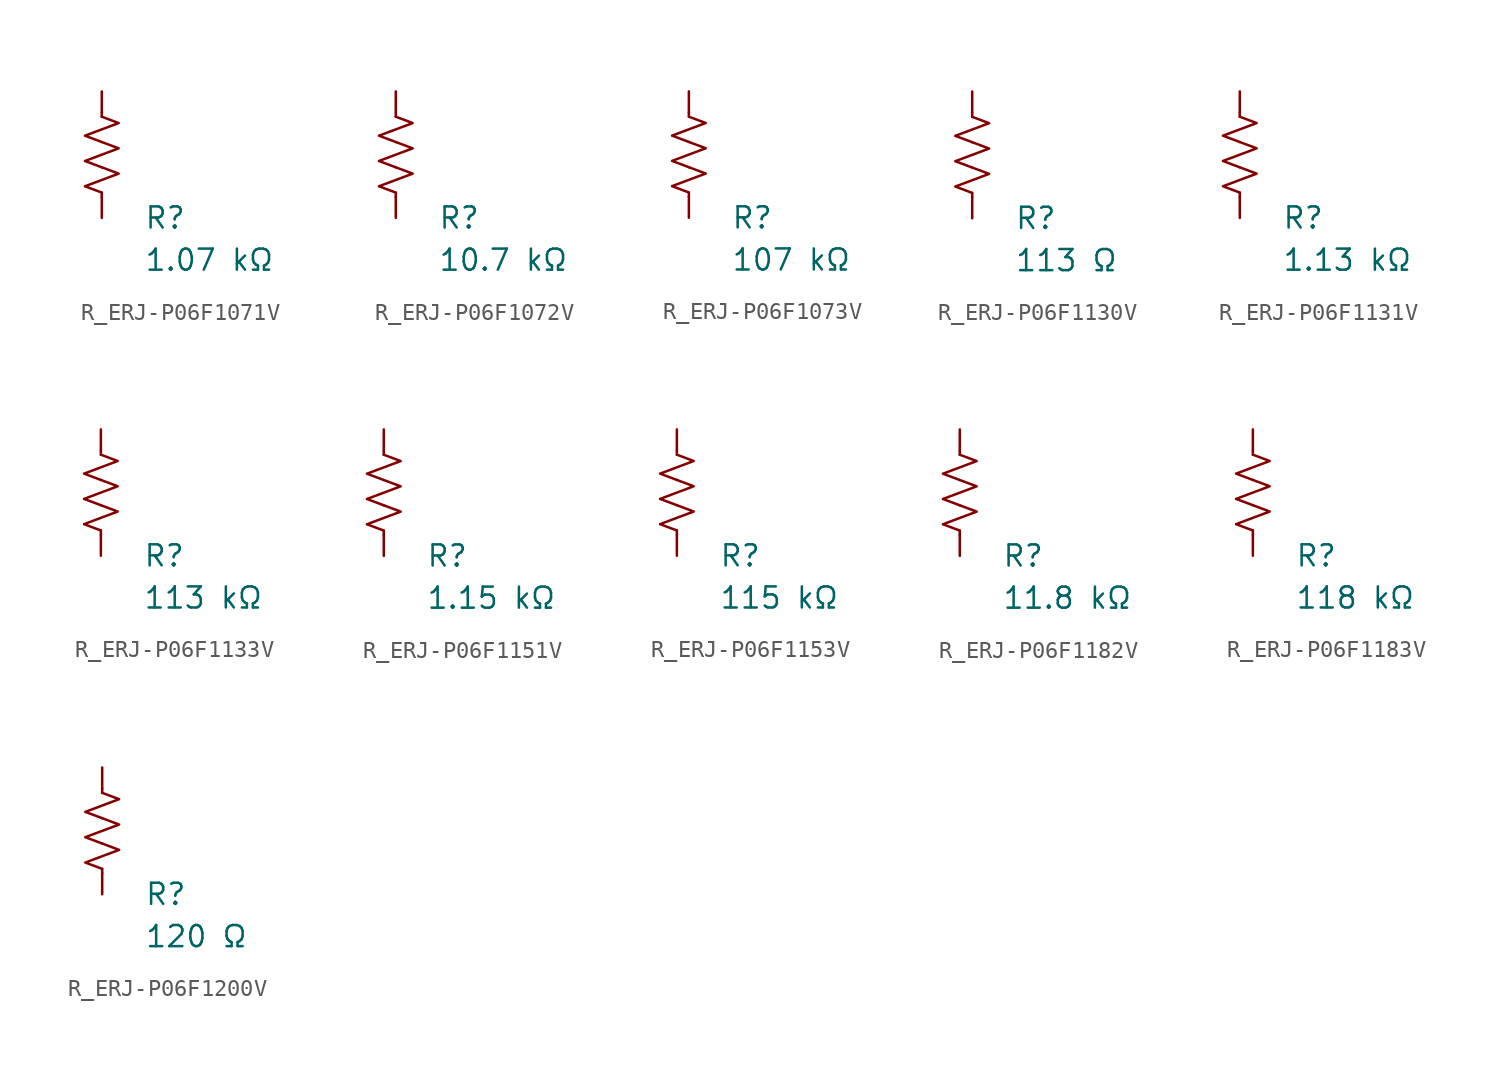
<source format=kicad_sym>
(kicad_symbol_lib
  (version 20231120)
  (generator "kicad_symbol_editor")
  (generator_version "8.0")
  (symbol "R_ERJ-P06F1071V"
    (pin_numbers hide)
    (pin_names
      (offset 0))
    (property "Reference" "R"
      (at 2.54 -3.81 0)
      (effects (font (size 1.27 1.27)) (justify left))
      (show_name no))
    (property "Value" "1.07 kΩ"
      (at 2.54 -6.35 0)
      (effects (font (size 1.27 1.27)) (justify left))
      (show_name no))
    (symbol "R_ERJ-P06F1071V_0_1"
      (polyline (pts (xy 0 -2.286) (xy 0 -2.54)) (stroke (width 0) (type default)) (fill (type none)))
      (polyline (pts (xy 0 2.286) (xy 0 2.54)) (stroke (width 0) (type default)) (fill (type none)))
      (polyline (pts (xy 0 -0.762) (xy 1.016 -1.143) (xy 0 -1.524) (xy -1.016 -1.905) (xy 0 -2.286)) (stroke (width 0) (type default)) (fill (type none)))
      (polyline (pts (xy 0 0.762) (xy 1.016 0.381) (xy 0 0) (xy -1.016 -0.381) (xy 0 -0.762)) (stroke (width 0) (type default)) (fill (type none)))
      (polyline (pts (xy 0 2.286) (xy 1.016 1.905) (xy 0 1.524) (xy -1.016 1.143) (xy 0 0.762)) (stroke (width 0) (type default)) (fill (type none))))
    (symbol "R_ERJ-P06F1071V_1_1"
      (pin passive line (at 0 3.81 270) (length 1.27) (name "~" (effects (font (size 1.27 1.27)))) (number "1" (effects (font (size 1.27 1.27)))))
      (pin passive line (at 0 -3.81 90) (length 1.27) (name "~" (effects (font (size 1.27 1.27)))) (number "2" (effects (font (size 1.27 1.27)))))))
  (symbol "R_ERJ-P06F1072V"
    (pin_numbers hide)
    (pin_names
      (offset 0))
    (property "Reference" "R"
      (at 2.54 -3.81 0)
      (effects (font (size 1.27 1.27)) (justify left))
      (show_name no))
    (property "Value" "10.7 kΩ"
      (at 2.54 -6.35 0)
      (effects (font (size 1.27 1.27)) (justify left))
      (show_name no))
    (symbol "R_ERJ-P06F1072V_0_1"
      (polyline (pts (xy 0 -2.286) (xy 0 -2.54)) (stroke (width 0) (type default)) (fill (type none)))
      (polyline (pts (xy 0 2.286) (xy 0 2.54)) (stroke (width 0) (type default)) (fill (type none)))
      (polyline (pts (xy 0 -0.762) (xy 1.016 -1.143) (xy 0 -1.524) (xy -1.016 -1.905) (xy 0 -2.286)) (stroke (width 0) (type default)) (fill (type none)))
      (polyline (pts (xy 0 0.762) (xy 1.016 0.381) (xy 0 0) (xy -1.016 -0.381) (xy 0 -0.762)) (stroke (width 0) (type default)) (fill (type none)))
      (polyline (pts (xy 0 2.286) (xy 1.016 1.905) (xy 0 1.524) (xy -1.016 1.143) (xy 0 0.762)) (stroke (width 0) (type default)) (fill (type none))))
    (symbol "R_ERJ-P06F1072V_1_1"
      (pin passive line (at 0 3.81 270) (length 1.27) (name "~" (effects (font (size 1.27 1.27)))) (number "1" (effects (font (size 1.27 1.27)))))
      (pin passive line (at 0 -3.81 90) (length 1.27) (name "~" (effects (font (size 1.27 1.27)))) (number "2" (effects (font (size 1.27 1.27)))))))
  (symbol "R_ERJ-P06F1073V"
    (pin_numbers hide)
    (pin_names
      (offset 0))
    (property "Reference" "R"
      (at 2.54 -3.81 0)
      (effects (font (size 1.27 1.27)) (justify left))
      (show_name no))
    (property "Value" "107 kΩ"
      (at 2.54 -6.35 0)
      (effects (font (size 1.27 1.27)) (justify left))
      (show_name no))
    (symbol "R_ERJ-P06F1073V_0_1"
      (polyline (pts (xy 0 -2.286) (xy 0 -2.54)) (stroke (width 0) (type default)) (fill (type none)))
      (polyline (pts (xy 0 2.286) (xy 0 2.54)) (stroke (width 0) (type default)) (fill (type none)))
      (polyline (pts (xy 0 -0.762) (xy 1.016 -1.143) (xy 0 -1.524) (xy -1.016 -1.905) (xy 0 -2.286)) (stroke (width 0) (type default)) (fill (type none)))
      (polyline (pts (xy 0 0.762) (xy 1.016 0.381) (xy 0 0) (xy -1.016 -0.381) (xy 0 -0.762)) (stroke (width 0) (type default)) (fill (type none)))
      (polyline (pts (xy 0 2.286) (xy 1.016 1.905) (xy 0 1.524) (xy -1.016 1.143) (xy 0 0.762)) (stroke (width 0) (type default)) (fill (type none))))
    (symbol "R_ERJ-P06F1073V_1_1"
      (pin passive line (at 0 3.81 270) (length 1.27) (name "~" (effects (font (size 1.27 1.27)))) (number "1" (effects (font (size 1.27 1.27)))))
      (pin passive line (at 0 -3.81 90) (length 1.27) (name "~" (effects (font (size 1.27 1.27)))) (number "2" (effects (font (size 1.27 1.27)))))))
  (symbol "R_ERJ-P06F1130V"
    (pin_numbers hide)
    (pin_names
      (offset 0))
    (property "Reference" "R"
      (at 2.54 -3.81 0)
      (effects (font (size 1.27 1.27)) (justify left))
      (show_name no))
    (property "Value" "113 Ω"
      (at 2.54 -6.35 0)
      (effects (font (size 1.27 1.27)) (justify left))
      (show_name no))
    (symbol "R_ERJ-P06F1130V_0_1"
      (polyline (pts (xy 0 -2.286) (xy 0 -2.54)) (stroke (width 0) (type default)) (fill (type none)))
      (polyline (pts (xy 0 2.286) (xy 0 2.54)) (stroke (width 0) (type default)) (fill (type none)))
      (polyline (pts (xy 0 -0.762) (xy 1.016 -1.143) (xy 0 -1.524) (xy -1.016 -1.905) (xy 0 -2.286)) (stroke (width 0) (type default)) (fill (type none)))
      (polyline (pts (xy 0 0.762) (xy 1.016 0.381) (xy 0 0) (xy -1.016 -0.381) (xy 0 -0.762)) (stroke (width 0) (type default)) (fill (type none)))
      (polyline (pts (xy 0 2.286) (xy 1.016 1.905) (xy 0 1.524) (xy -1.016 1.143) (xy 0 0.762)) (stroke (width 0) (type default)) (fill (type none))))
    (symbol "R_ERJ-P06F1130V_1_1"
      (pin passive line (at 0 3.81 270) (length 1.27) (name "~" (effects (font (size 1.27 1.27)))) (number "1" (effects (font (size 1.27 1.27)))))
      (pin passive line (at 0 -3.81 90) (length 1.27) (name "~" (effects (font (size 1.27 1.27)))) (number "2" (effects (font (size 1.27 1.27)))))))
  (symbol "R_ERJ-P06F1131V"
    (pin_numbers hide)
    (pin_names
      (offset 0))
    (property "Reference" "R"
      (at 2.54 -3.81 0)
      (effects (font (size 1.27 1.27)) (justify left))
      (show_name no))
    (property "Value" "1.13 kΩ"
      (at 2.54 -6.35 0)
      (effects (font (size 1.27 1.27)) (justify left))
      (show_name no))
    (symbol "R_ERJ-P06F1131V_0_1"
      (polyline (pts (xy 0 -2.286) (xy 0 -2.54)) (stroke (width 0) (type default)) (fill (type none)))
      (polyline (pts (xy 0 2.286) (xy 0 2.54)) (stroke (width 0) (type default)) (fill (type none)))
      (polyline (pts (xy 0 -0.762) (xy 1.016 -1.143) (xy 0 -1.524) (xy -1.016 -1.905) (xy 0 -2.286)) (stroke (width 0) (type default)) (fill (type none)))
      (polyline (pts (xy 0 0.762) (xy 1.016 0.381) (xy 0 0) (xy -1.016 -0.381) (xy 0 -0.762)) (stroke (width 0) (type default)) (fill (type none)))
      (polyline (pts (xy 0 2.286) (xy 1.016 1.905) (xy 0 1.524) (xy -1.016 1.143) (xy 0 0.762)) (stroke (width 0) (type default)) (fill (type none))))
    (symbol "R_ERJ-P06F1131V_1_1"
      (pin passive line (at 0 3.81 270) (length 1.27) (name "~" (effects (font (size 1.27 1.27)))) (number "1" (effects (font (size 1.27 1.27)))))
      (pin passive line (at 0 -3.81 90) (length 1.27) (name "~" (effects (font (size 1.27 1.27)))) (number "2" (effects (font (size 1.27 1.27)))))))
  (symbol "R_ERJ-P06F1133V"
    (pin_numbers hide)
    (pin_names
      (offset 0))
    (property "Reference" "R"
      (at 2.54 -3.81 0)
      (effects (font (size 1.27 1.27)) (justify left))
      (show_name no))
    (property "Value" "113 kΩ"
      (at 2.54 -6.35 0)
      (effects (font (size 1.27 1.27)) (justify left))
      (show_name no))
    (symbol "R_ERJ-P06F1133V_0_1"
      (polyline (pts (xy 0 -2.286) (xy 0 -2.54)) (stroke (width 0) (type default)) (fill (type none)))
      (polyline (pts (xy 0 2.286) (xy 0 2.54)) (stroke (width 0) (type default)) (fill (type none)))
      (polyline (pts (xy 0 -0.762) (xy 1.016 -1.143) (xy 0 -1.524) (xy -1.016 -1.905) (xy 0 -2.286)) (stroke (width 0) (type default)) (fill (type none)))
      (polyline (pts (xy 0 0.762) (xy 1.016 0.381) (xy 0 0) (xy -1.016 -0.381) (xy 0 -0.762)) (stroke (width 0) (type default)) (fill (type none)))
      (polyline (pts (xy 0 2.286) (xy 1.016 1.905) (xy 0 1.524) (xy -1.016 1.143) (xy 0 0.762)) (stroke (width 0) (type default)) (fill (type none))))
    (symbol "R_ERJ-P06F1133V_1_1"
      (pin passive line (at 0 3.81 270) (length 1.27) (name "~" (effects (font (size 1.27 1.27)))) (number "1" (effects (font (size 1.27 1.27)))))
      (pin passive line (at 0 -3.81 90) (length 1.27) (name "~" (effects (font (size 1.27 1.27)))) (number "2" (effects (font (size 1.27 1.27)))))))
  (symbol "R_ERJ-P06F1151V"
    (pin_numbers hide)
    (pin_names
      (offset 0))
    (property "Reference" "R"
      (at 2.54 -3.81 0)
      (effects (font (size 1.27 1.27)) (justify left))
      (show_name no))
    (property "Value" "1.15 kΩ"
      (at 2.54 -6.35 0)
      (effects (font (size 1.27 1.27)) (justify left))
      (show_name no))
    (symbol "R_ERJ-P06F1151V_0_1"
      (polyline (pts (xy 0 -2.286) (xy 0 -2.54)) (stroke (width 0) (type default)) (fill (type none)))
      (polyline (pts (xy 0 2.286) (xy 0 2.54)) (stroke (width 0) (type default)) (fill (type none)))
      (polyline (pts (xy 0 -0.762) (xy 1.016 -1.143) (xy 0 -1.524) (xy -1.016 -1.905) (xy 0 -2.286)) (stroke (width 0) (type default)) (fill (type none)))
      (polyline (pts (xy 0 0.762) (xy 1.016 0.381) (xy 0 0) (xy -1.016 -0.381) (xy 0 -0.762)) (stroke (width 0) (type default)) (fill (type none)))
      (polyline (pts (xy 0 2.286) (xy 1.016 1.905) (xy 0 1.524) (xy -1.016 1.143) (xy 0 0.762)) (stroke (width 0) (type default)) (fill (type none))))
    (symbol "R_ERJ-P06F1151V_1_1"
      (pin passive line (at 0 3.81 270) (length 1.27) (name "~" (effects (font (size 1.27 1.27)))) (number "1" (effects (font (size 1.27 1.27)))))
      (pin passive line (at 0 -3.81 90) (length 1.27) (name "~" (effects (font (size 1.27 1.27)))) (number "2" (effects (font (size 1.27 1.27)))))))
  (symbol "R_ERJ-P06F1153V"
    (pin_numbers hide)
    (pin_names
      (offset 0))
    (property "Reference" "R"
      (at 2.54 -3.81 0)
      (effects (font (size 1.27 1.27)) (justify left))
      (show_name no))
    (property "Value" "115 kΩ"
      (at 2.54 -6.35 0)
      (effects (font (size 1.27 1.27)) (justify left))
      (show_name no))
    (symbol "R_ERJ-P06F1153V_0_1"
      (polyline (pts (xy 0 -2.286) (xy 0 -2.54)) (stroke (width 0) (type default)) (fill (type none)))
      (polyline (pts (xy 0 2.286) (xy 0 2.54)) (stroke (width 0) (type default)) (fill (type none)))
      (polyline (pts (xy 0 -0.762) (xy 1.016 -1.143) (xy 0 -1.524) (xy -1.016 -1.905) (xy 0 -2.286)) (stroke (width 0) (type default)) (fill (type none)))
      (polyline (pts (xy 0 0.762) (xy 1.016 0.381) (xy 0 0) (xy -1.016 -0.381) (xy 0 -0.762)) (stroke (width 0) (type default)) (fill (type none)))
      (polyline (pts (xy 0 2.286) (xy 1.016 1.905) (xy 0 1.524) (xy -1.016 1.143) (xy 0 0.762)) (stroke (width 0) (type default)) (fill (type none))))
    (symbol "R_ERJ-P06F1153V_1_1"
      (pin passive line (at 0 3.81 270) (length 1.27) (name "~" (effects (font (size 1.27 1.27)))) (number "1" (effects (font (size 1.27 1.27)))))
      (pin passive line (at 0 -3.81 90) (length 1.27) (name "~" (effects (font (size 1.27 1.27)))) (number "2" (effects (font (size 1.27 1.27)))))))
  (symbol "R_ERJ-P06F1182V"
    (pin_numbers hide)
    (pin_names
      (offset 0))
    (property "Reference" "R"
      (at 2.54 -3.81 0)
      (effects (font (size 1.27 1.27)) (justify left))
      (show_name no))
    (property "Value" "11.8 kΩ"
      (at 2.54 -6.35 0)
      (effects (font (size 1.27 1.27)) (justify left))
      (show_name no))
    (symbol "R_ERJ-P06F1182V_0_1"
      (polyline (pts (xy 0 -2.286) (xy 0 -2.54)) (stroke (width 0) (type default)) (fill (type none)))
      (polyline (pts (xy 0 2.286) (xy 0 2.54)) (stroke (width 0) (type default)) (fill (type none)))
      (polyline (pts (xy 0 -0.762) (xy 1.016 -1.143) (xy 0 -1.524) (xy -1.016 -1.905) (xy 0 -2.286)) (stroke (width 0) (type default)) (fill (type none)))
      (polyline (pts (xy 0 0.762) (xy 1.016 0.381) (xy 0 0) (xy -1.016 -0.381) (xy 0 -0.762)) (stroke (width 0) (type default)) (fill (type none)))
      (polyline (pts (xy 0 2.286) (xy 1.016 1.905) (xy 0 1.524) (xy -1.016 1.143) (xy 0 0.762)) (stroke (width 0) (type default)) (fill (type none))))
    (symbol "R_ERJ-P06F1182V_1_1"
      (pin passive line (at 0 3.81 270) (length 1.27) (name "~" (effects (font (size 1.27 1.27)))) (number "1" (effects (font (size 1.27 1.27)))))
      (pin passive line (at 0 -3.81 90) (length 1.27) (name "~" (effects (font (size 1.27 1.27)))) (number "2" (effects (font (size 1.27 1.27)))))))
  (symbol "R_ERJ-P06F1183V"
    (pin_numbers hide)
    (pin_names
      (offset 0))
    (property "Reference" "R"
      (at 2.54 -3.81 0)
      (effects (font (size 1.27 1.27)) (justify left))
      (show_name no))
    (property "Value" "118 kΩ"
      (at 2.54 -6.35 0)
      (effects (font (size 1.27 1.27)) (justify left))
      (show_name no))
    (symbol "R_ERJ-P06F1183V_0_1"
      (polyline (pts (xy 0 -2.286) (xy 0 -2.54)) (stroke (width 0) (type default)) (fill (type none)))
      (polyline (pts (xy 0 2.286) (xy 0 2.54)) (stroke (width 0) (type default)) (fill (type none)))
      (polyline (pts (xy 0 -0.762) (xy 1.016 -1.143) (xy 0 -1.524) (xy -1.016 -1.905) (xy 0 -2.286)) (stroke (width 0) (type default)) (fill (type none)))
      (polyline (pts (xy 0 0.762) (xy 1.016 0.381) (xy 0 0) (xy -1.016 -0.381) (xy 0 -0.762)) (stroke (width 0) (type default)) (fill (type none)))
      (polyline (pts (xy 0 2.286) (xy 1.016 1.905) (xy 0 1.524) (xy -1.016 1.143) (xy 0 0.762)) (stroke (width 0) (type default)) (fill (type none))))
    (symbol "R_ERJ-P06F1183V_1_1"
      (pin passive line (at 0 3.81 270) (length 1.27) (name "~" (effects (font (size 1.27 1.27)))) (number "1" (effects (font (size 1.27 1.27)))))
      (pin passive line (at 0 -3.81 90) (length 1.27) (name "~" (effects (font (size 1.27 1.27)))) (number "2" (effects (font (size 1.27 1.27)))))))
  (symbol "R_ERJ-P06F1200V"
    (pin_numbers hide)
    (pin_names
      (offset 0))
    (property "Reference" "R"
      (at 2.54 -3.81 0)
      (effects (font (size 1.27 1.27)) (justify left))
      (show_name no))
    (property "Value" "120 Ω"
      (at 2.54 -6.35 0)
      (effects (font (size 1.27 1.27)) (justify left))
      (show_name no))
    (symbol "R_ERJ-P06F1200V_0_1"
      (polyline (pts (xy 0 -2.286) (xy 0 -2.54)) (stroke (width 0) (type default)) (fill (type none)))
      (polyline (pts (xy 0 2.286) (xy 0 2.54)) (stroke (width 0) (type default)) (fill (type none)))
      (polyline (pts (xy 0 -0.762) (xy 1.016 -1.143) (xy 0 -1.524) (xy -1.016 -1.905) (xy 0 -2.286)) (stroke (width 0) (type default)) (fill (type none)))
      (polyline (pts (xy 0 0.762) (xy 1.016 0.381) (xy 0 0) (xy -1.016 -0.381) (xy 0 -0.762)) (stroke (width 0) (type default)) (fill (type none)))
      (polyline (pts (xy 0 2.286) (xy 1.016 1.905) (xy 0 1.524) (xy -1.016 1.143) (xy 0 0.762)) (stroke (width 0) (type default)) (fill (type none))))
    (symbol "R_ERJ-P06F1200V_1_1"
      (pin passive line (at 0 3.81 270) (length 1.27) (name "~" (effects (font (size 1.27 1.27)))) (number "1" (effects (font (size 1.27 1.27)))))
      (pin passive line (at 0 -3.81 90) (length 1.27) (name "~" (effects (font (size 1.27 1.27)))) (number "2" (effects (font (size 1.27 1.27))))))))
</source>
